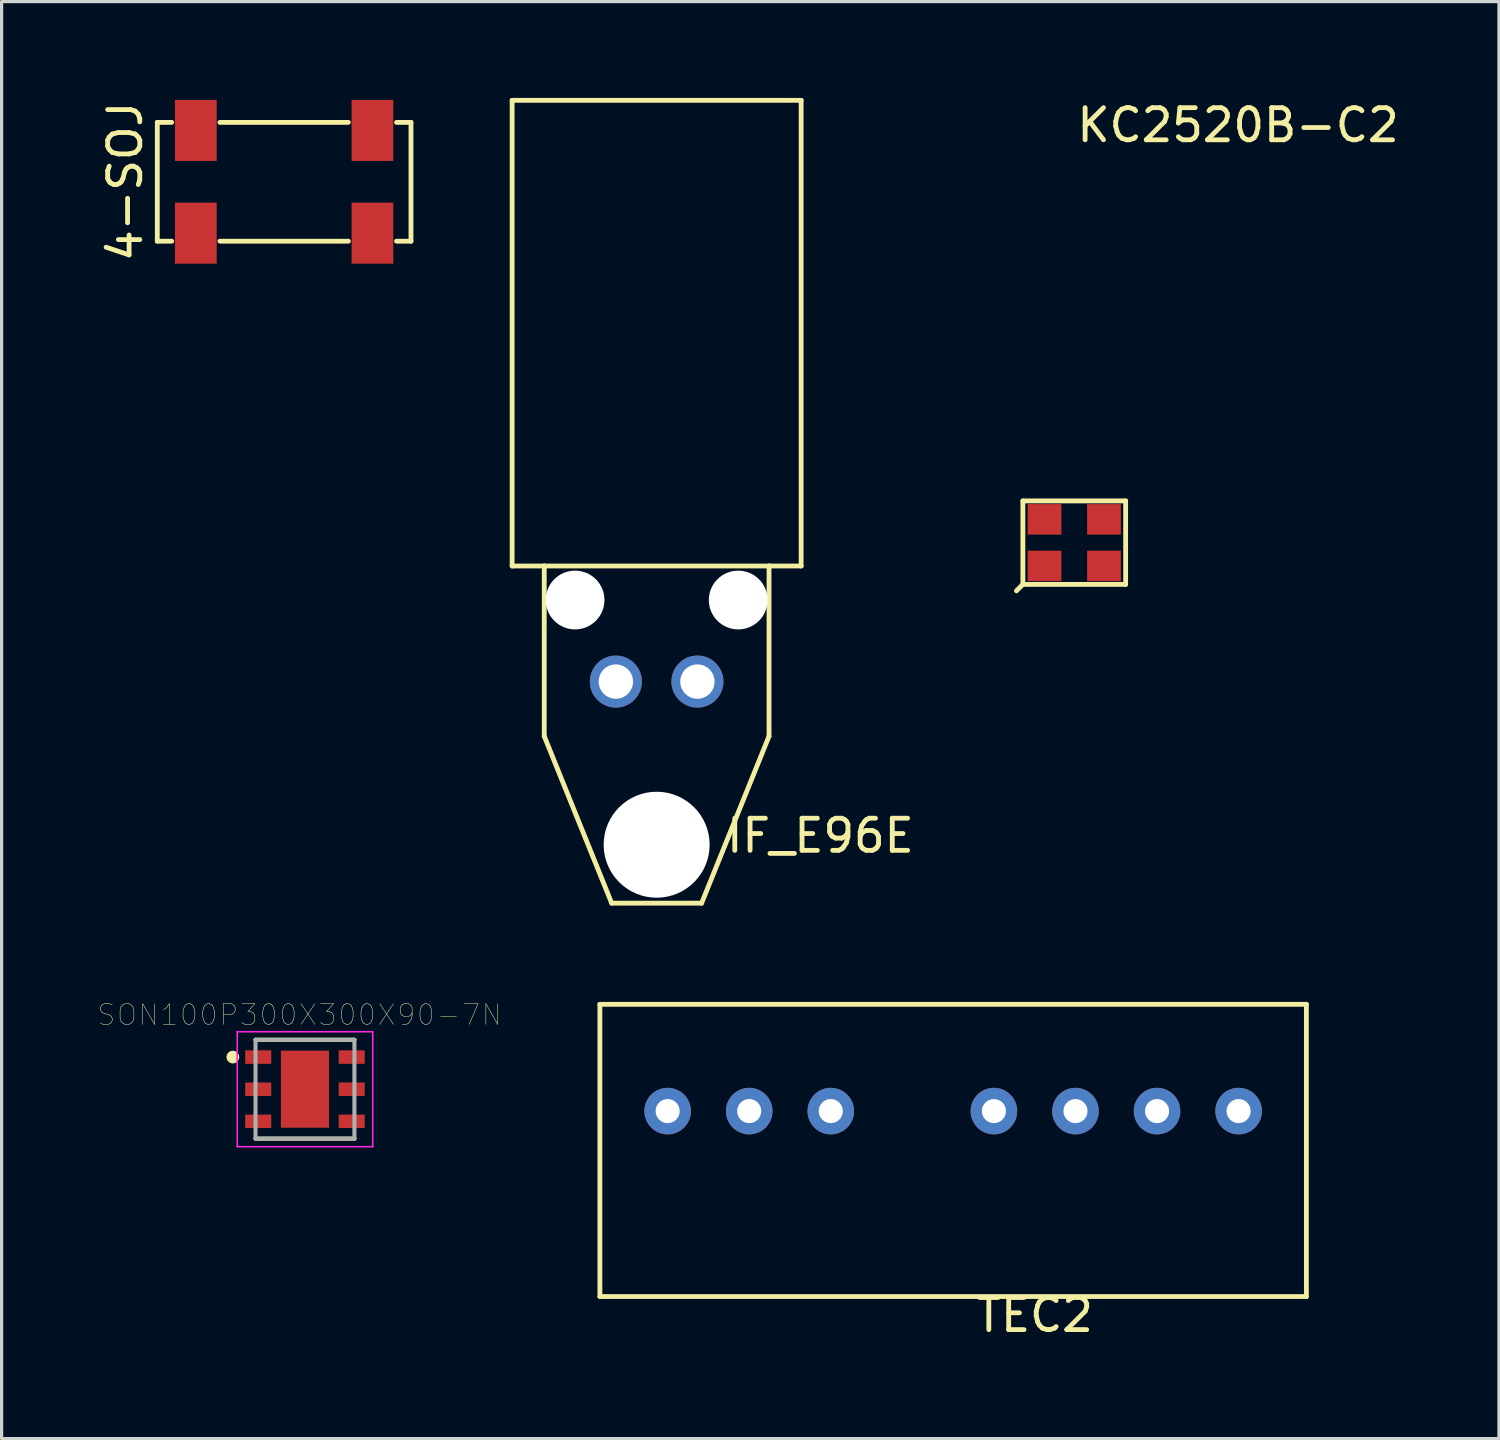
<source format=kicad_pcb>
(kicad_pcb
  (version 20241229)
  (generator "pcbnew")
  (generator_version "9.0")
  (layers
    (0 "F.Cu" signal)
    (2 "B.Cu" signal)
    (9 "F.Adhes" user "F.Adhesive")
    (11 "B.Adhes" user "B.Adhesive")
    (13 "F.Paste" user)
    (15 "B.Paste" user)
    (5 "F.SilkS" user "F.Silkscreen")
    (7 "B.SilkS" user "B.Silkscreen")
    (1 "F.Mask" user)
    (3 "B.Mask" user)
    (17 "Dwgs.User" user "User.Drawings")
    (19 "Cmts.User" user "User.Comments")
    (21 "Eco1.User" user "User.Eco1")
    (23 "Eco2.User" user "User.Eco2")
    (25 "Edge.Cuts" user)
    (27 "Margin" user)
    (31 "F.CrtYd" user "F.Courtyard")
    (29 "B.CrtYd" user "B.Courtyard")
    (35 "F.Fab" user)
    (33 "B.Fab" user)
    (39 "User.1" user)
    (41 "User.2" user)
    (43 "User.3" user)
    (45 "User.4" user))
  (footprint "KC2520B-C2"
    (layer "F.Cu")
    (at 30.403 13.848)
    (property "Reference" "KC2520B-C2" (at 5.1 -13 0) (layer "F.SilkS") (effects (font (size 1 1) (thickness 0.15))))
    (attr through_hole)
    (fp_line (start -1.6 -1.3) (end 1.6 -1.3) (stroke (width 0.15) (type solid)) (layer "F.SilkS"))
    (fp_line (start -1.6 1.3) (end -1.8 1.5) (stroke (width 0.15) (type solid)) (layer "F.SilkS"))
    (fp_line (start -1.6 1.3) (end -1.6 -1.3) (stroke (width 0.15) (type solid)) (layer "F.SilkS"))
    (fp_line (start 1.6 -1.3) (end 1.6 1.3) (stroke (width 0.15) (type solid)) (layer "F.SilkS"))
    (fp_line (start 1.6 1.3) (end -1.6 1.3) (stroke (width 0.15) (type solid)) (layer "F.SilkS"))
    (pad "1" smd rect (at -0.925 0.725) (size 1.05 0.95) (layers "F.Cu" "F.Mask" "F.Paste"))
    (pad "2" smd rect (at 0.925 0.725) (size 1.05 0.95) (layers "F.Cu" "F.Mask" "F.Paste"))
    (pad "3" smd rect (at 0.925 -0.725) (size 1.05 0.95) (layers "F.Cu" "F.Mask" "F.Paste"))
    (pad "4" smd rect (at -0.925 -0.725) (size 1.05 0.95) (layers "F.Cu" "F.Mask" "F.Paste")))
  (footprint "TEC2"
    (layer "F.Cu")
    (at 26.631 31.55)
    (property "Reference" "TEC2" (at 2.54 6.35 0) (layer "F.SilkS") (effects (font (size 1 1) (thickness 0.15))))
    (attr through_hole)
    (fp_line (start -11 -3.325) (end 11 -3.325) (stroke (width 0.15) (type solid)) (layer "F.SilkS"))
    (fp_line (start -11 5.775) (end -11 -3.325) (stroke (width 0.15) (type solid)) (layer "F.SilkS"))
    (fp_line (start 11 -3.325) (end 11 5.775) (stroke (width 0.15) (type solid)) (layer "F.SilkS"))
    (fp_line (start 11 5.775) (end -11 5.775) (stroke (width 0.15) (type solid)) (layer "F.SilkS"))
    (pad "1" thru_hole circle (at -8.89 0) (size 1.45 1.45) (drill 0.75) (layers "*.Cu" "*.Mask"))
    (pad "2" thru_hole circle (at -6.35 0) (size 1.45 1.45) (drill 0.75) (layers "*.Cu" "*.Mask"))
    (pad "3" thru_hole circle (at -3.81 0) (size 1.45 1.45) (drill 0.75) (layers "*.Cu" "*.Mask"))
    (pad "5" thru_hole circle (at 1.27 0) (size 1.45 1.45) (drill 0.75) (layers "*.Cu" "*.Mask"))
    (pad "6" thru_hole circle (at 3.81 0) (size 1.45 1.45) (drill 0.75) (layers "*.Cu" "*.Mask"))
    (pad "7" thru_hole circle (at 6.35 0) (size 1.45 1.45) (drill 0.75) (layers "*.Cu" "*.Mask"))
    (pad "8" thru_hole circle (at 8.89 0) (size 1.45 1.45) (drill 0.75) (layers "*.Cu" "*.Mask")))
  (footprint "SON100P300X300X90-7N"
    (layer "F.Cu")
    (at 6.447 30.868)
    (property "Reference" "SON100P300X300X90-7N" (at -0.169 -2.316 0) (layer "F.SilkS") (effects (font (size 0.643 0.643) (thickness 0.015))))
    (attr through_hole)
    (fp_line (start -1.54 -1.54) (end 1.54 -1.54) (stroke (width 0.127) (type solid)) (layer "F.SilkS"))
    (fp_line (start 1.54 1.54) (end -1.54 1.54) (stroke (width 0.127) (type solid)) (layer "F.SilkS"))
    (fp_circle (center -2.246 -1) (end -2.146 -1) (stroke (width 0.2) (type solid)) (fill no) (layer "F.SilkS"))
    (fp_poly (pts (xy -0.475 -0.759) (xy 0.474 -0.759) (xy 0.474 0.76) (xy -0.475 0.76)) (stroke (width 0.01) (type solid)) (fill yes) (layer "F.Paste"))
    (fp_line (start -2.11 -1.79) (end 2.11 -1.79) (stroke (width 0.05) (type solid)) (layer "F.CrtYd"))
    (fp_line (start -2.11 1.79) (end -2.11 -1.79) (stroke (width 0.05) (type solid)) (layer "F.CrtYd"))
    (fp_line (start 2.11 -1.79) (end 2.11 1.79) (stroke (width 0.05) (type solid)) (layer "F.CrtYd"))
    (fp_line (start 2.11 1.79) (end -2.11 1.79) (stroke (width 0.05) (type solid)) (layer "F.CrtYd"))
    (fp_line (start -1.54 -1.54) (end 1.54 -1.54) (stroke (width 0.127) (type solid)) (layer "F.Fab"))
    (fp_line (start -1.54 1.54) (end -1.54 -1.54) (stroke (width 0.127) (type solid)) (layer "F.Fab"))
    (fp_line (start 1.54 -1.54) (end 1.54 1.54) (stroke (width 0.127) (type solid)) (layer "F.Fab"))
    (fp_line (start 1.54 1.54) (end -1.54 1.54) (stroke (width 0.127) (type solid)) (layer "F.Fab"))
    (pad "1" smd rect (at -1.455 -1) (size 0.81 0.42) (layers "F.Cu" "F.Mask" "F.Paste"))
    (pad "2" smd rect (at -1.455 0) (size 0.81 0.42) (layers "F.Cu" "F.Mask" "F.Paste"))
    (pad "3" smd rect (at -1.455 1) (size 0.81 0.42) (layers "F.Cu" "F.Mask" "F.Paste"))
    (pad "4" smd rect (at 1.455 1) (size 0.81 0.42) (layers "F.Cu" "F.Mask" "F.Paste"))
    (pad "5" smd rect (at 1.455 0) (size 0.81 0.42) (layers "F.Cu" "F.Mask" "F.Paste"))
    (pad "6" smd rect (at 1.455 -1) (size 0.81 0.42) (layers "F.Cu" "F.Mask" "F.Paste"))
    (pad "7" smd rect (at 0 0) (size 1.5 2.4) (layers "F.Cu" "F.Mask")))
  (footprint "4-SOJ"
    (layer "F.Cu")
    (at 5.798 2.611)
    (property "Reference" "4-SOJ" (at -4.95 -0.01 90) (layer "F.SilkS") (effects (font (size 1 1) (thickness 0.15))))
    (attr through_hole)
    (fp_line (start -3.95 -1.85) (end -3.5 -1.85) (stroke (width 0.15) (type solid)) (layer "F.SilkS"))
    (fp_line (start -3.95 1.85) (end -3.95 -1.85) (stroke (width 0.15) (type solid)) (layer "F.SilkS"))
    (fp_line (start -3.5 1.85) (end -3.95 1.85) (stroke (width 0.15) (type solid)) (layer "F.SilkS"))
    (fp_line (start -2 -1.85) (end 2 -1.85) (stroke (width 0.15) (type solid)) (layer "F.SilkS"))
    (fp_line (start 2 1.85) (end -2 1.85) (stroke (width 0.15) (type solid)) (layer "F.SilkS"))
    (fp_line (start 3.95 -1.85) (end 3.5 -1.85) (stroke (width 0.15) (type solid)) (layer "F.SilkS"))
    (fp_line (start 3.95 -1.85) (end 3.95 1.85) (stroke (width 0.15) (type solid)) (layer "F.SilkS"))
    (fp_line (start 3.95 1.85) (end 3.5 1.85) (stroke (width 0.15) (type solid)) (layer "F.SilkS"))
    (pad "1" smd rect (at -2.75 1.6) (size 1.3 1.9) (layers "F.Cu" "F.Mask" "F.Paste"))
    (pad "2" smd rect (at -2.75 -1.6) (size 1.3 1.9) (layers "F.Cu" "F.Mask" "F.Paste"))
    (pad "3" smd rect (at 2.75 1.6) (size 1.3 1.9) (layers "F.Cu" "F.Mask" "F.Paste"))
    (pad "4" smd rect (at 2.75 -1.6) (size 1.3 1.9) (layers "F.Cu" "F.Mask" "F.Paste")))
  (footprint "IF_E96E"
    (layer "F.Cu")
    (at 17.398 18.175)
    (property "Reference" "IF_E96E" (at 5.1 4.8 0) (layer "F.SilkS") (effects (font (size 1 1) (thickness 0.15))))
    (attr through_hole)
    (fp_line (start -4.5 -18.1) (end 4.5 -18.1) (stroke (width 0.15) (type solid)) (layer "F.SilkS"))
    (fp_line (start -4.5 -3.6) (end -4.5 -18.1) (stroke (width 0.15) (type solid)) (layer "F.SilkS"))
    (fp_line (start -3.5 -3.6) (end -4.5 -3.6) (stroke (width 0.15) (type solid)) (layer "F.SilkS"))
    (fp_line (start -3.5 -3.6) (end 3.5 -3.6) (stroke (width 0.15) (type solid)) (layer "F.SilkS"))
    (fp_line (start -3.5 1.7) (end -3.5 -3.6) (stroke (width 0.15) (type solid)) (layer "F.SilkS"))
    (fp_line (start -1.4 6.9) (end -3.5 1.7) (stroke (width 0.15) (type solid)) (layer "F.SilkS"))
    (fp_line (start 1.4 6.9) (end -1.4 6.9) (stroke (width 0.15) (type solid)) (layer "F.SilkS"))
    (fp_line (start 3.5 -3.6) (end 3.5 1.7) (stroke (width 0.15) (type solid)) (layer "F.SilkS"))
    (fp_line (start 3.5 1.7) (end 1.4 6.9) (stroke (width 0.15) (type solid)) (layer "F.SilkS"))
    (fp_line (start 4.5 -18.1) (end 4.5 -3.6) (stroke (width 0.15) (type solid)) (layer "F.SilkS"))
    (fp_line (start 4.5 -3.6) (end 3.5 -3.6) (stroke (width 0.15) (type solid)) (layer "F.SilkS"))
    (pad "" np_thru_hole circle (at -2.54 -2.54) (size 1.83 1.83) (drill 1.83) (layers "*.Cu" "*.Mask"))
    (pad "" np_thru_hole circle (at 0 5.08) (size 3.3 3.3) (drill 3.3) (layers "*.Cu" "*.Mask"))
    (pad "" np_thru_hole circle (at 2.54 -2.54) (size 1.83 1.83) (drill 1.83) (layers "*.Cu" "*.Mask"))
    (pad "1" thru_hole circle (at -1.27 0) (size 1.62 1.62) (drill 1.07) (layers "*.Cu" "*.Mask"))
    (pad "2" thru_hole circle (at 1.27 0) (size 1.62 1.62) (drill 1.07) (layers "*.Cu" "*.Mask")))
  (gr_rect
    (start -3 -3)
    (end 43.628 41.748)
    (stroke (width 0.1) (type default))
    (fill no)
    (layer "Edge.Cuts")))
</source>
